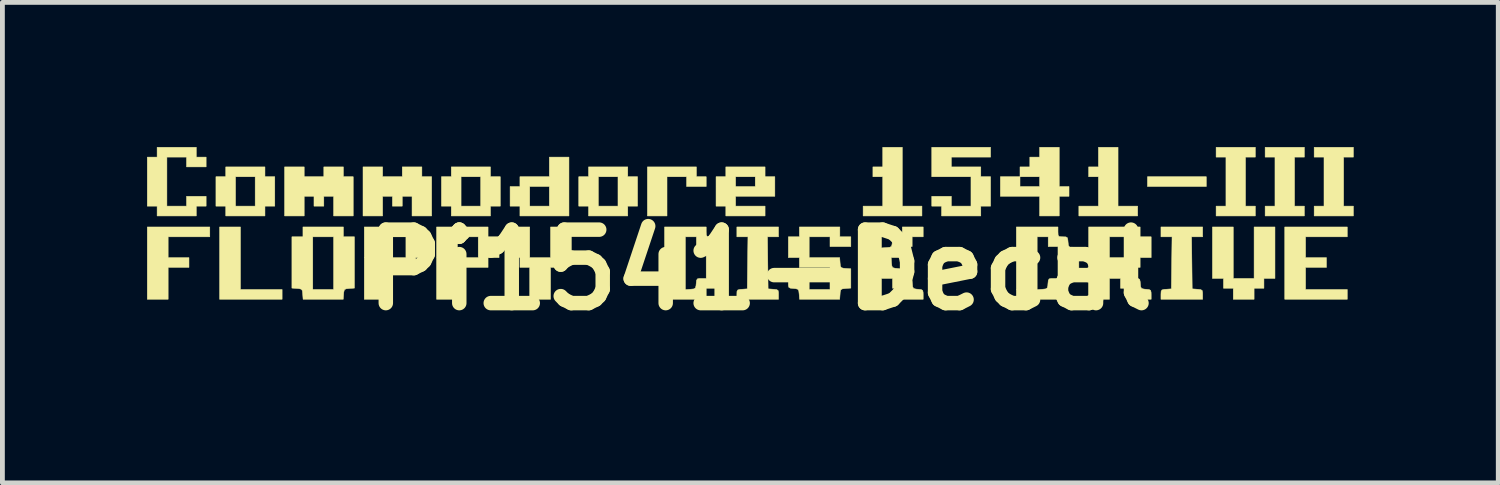
<source format=kicad_pcb>
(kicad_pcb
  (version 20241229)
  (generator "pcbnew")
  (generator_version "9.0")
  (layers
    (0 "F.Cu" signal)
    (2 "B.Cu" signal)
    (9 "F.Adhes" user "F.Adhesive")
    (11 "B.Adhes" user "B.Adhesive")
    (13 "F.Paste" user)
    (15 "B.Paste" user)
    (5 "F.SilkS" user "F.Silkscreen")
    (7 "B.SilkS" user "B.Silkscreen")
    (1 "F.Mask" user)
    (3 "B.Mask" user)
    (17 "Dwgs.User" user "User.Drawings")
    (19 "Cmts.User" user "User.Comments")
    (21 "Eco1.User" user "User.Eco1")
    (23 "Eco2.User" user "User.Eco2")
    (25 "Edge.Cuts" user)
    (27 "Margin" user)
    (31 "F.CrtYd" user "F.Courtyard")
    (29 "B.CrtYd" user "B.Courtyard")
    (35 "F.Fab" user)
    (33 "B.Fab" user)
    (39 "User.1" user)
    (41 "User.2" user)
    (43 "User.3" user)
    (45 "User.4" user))
  (footprint "Pi1541-Decal"
    (layer "F.Cu")
    (at 12.718 2.548)
    (property "Reference" "Pi1541-Decal" (at 0 0 0) (layer "F.SilkS") (effects (font (size 1.524 1.524) (thickness 0.3))))
    (attr through_hole)
    (fp_poly (pts (xy 9.255 -1.729) (xy 8.034 -1.729) (xy 8.034 -1.932) (xy 9.255 -1.932) (xy 9.255 -1.729)) (stroke (width 0.01) (type solid)) (fill yes) (layer "F.SilkS"))
    (fp_poly (pts (xy -10.78 0.407) (xy -9.916 0.407) (xy -9.916 0.61) (xy -11.213 0.61) (xy -11.213 -0.89) (xy -10.78 -0.89) (xy -10.78 0.407)) (stroke (width 0.01) (type solid)) (fill yes) (layer "F.SilkS"))
    (fp_poly (pts (xy -11.416 -0.686) (xy -12.28 -0.686) (xy -12.28 -0.254) (xy -11.848 -0.254) (xy -11.848 -0.051) (xy -12.28 -0.051) (xy -12.28 0.61) (xy -12.713 0.61) (xy -12.713 -0.89) (xy -11.416 -0.89) (xy -11.416 -0.686)) (stroke (width 0.01) (type solid)) (fill yes) (layer "F.SilkS"))
    (fp_poly (pts (xy -1.322 -1.932) (xy -1.119 -1.932) (xy -1.119 -1.729) (xy -1.526 -1.729) (xy -1.526 -1.932) (xy -1.932 -1.932) (xy -1.932 -1.119) (xy -2.339 -1.119) (xy -2.339 -2.136) (xy -1.322 -2.136) (xy -1.322 -1.932)) (stroke (width 0.01) (type solid)) (fill yes) (layer "F.SilkS"))
    (fp_poly (pts (xy 2.949 -1.322) (xy 3.356 -1.322) (xy 3.356 -1.119) (xy 2.136 -1.119) (xy 2.136 -1.322) (xy 2.543 -1.322) (xy 2.543 -1.932) (xy 2.339 -1.932) (xy 2.339 -2.136) (xy 2.543 -2.136) (xy 2.543 -2.543) (xy 2.949 -2.543) (xy 2.949 -1.322)) (stroke (width 0.01) (type solid)) (fill yes) (layer "F.SilkS"))
    (fp_poly (pts (xy 7.424 -1.322) (xy 7.831 -1.322) (xy 7.831 -1.119) (xy 6.611 -1.119) (xy 6.611 -1.322) (xy 7.017 -1.322) (xy 7.017 -1.932) (xy 6.814 -1.932) (xy 6.814 -2.136) (xy 7.017 -2.136) (xy 7.017 -2.543) (xy 7.424 -2.543) (xy 7.424 -1.322)) (stroke (width 0.01) (type solid)) (fill yes) (layer "F.SilkS"))
    (fp_poly (pts (xy 10.272 -2.339) (xy 10.068 -2.339) (xy 10.068 -1.322) (xy 10.272 -1.322) (xy 10.272 -1.119) (xy 9.458 -1.119) (xy 9.458 -1.322) (xy 9.662 -1.322) (xy 9.662 -2.339) (xy 9.458 -2.339) (xy 9.458 -2.543) (xy 10.272 -2.543) (xy 10.272 -2.339)) (stroke (width 0.01) (type solid)) (fill yes) (layer "F.SilkS"))
    (fp_poly (pts (xy 11.289 -2.339) (xy 11.085 -2.339) (xy 11.085 -1.322) (xy 11.289 -1.322) (xy 11.289 -1.119) (xy 10.475 -1.119) (xy 10.475 -1.322) (xy 10.679 -1.322) (xy 10.679 -2.339) (xy 10.475 -2.339) (xy 10.475 -2.543) (xy 11.289 -2.543) (xy 11.289 -2.339)) (stroke (width 0.01) (type solid)) (fill yes) (layer "F.SilkS"))
    (fp_poly (pts (xy 12.179 -0.686) (xy 11.314 -0.686) (xy 11.314 -0.254) (xy 11.747 -0.254) (xy 11.747 -0.051) (xy 11.314 -0.051) (xy 11.314 0.407) (xy 12.179 0.407) (xy 12.179 0.61) (xy 10.882 0.61) (xy 10.882 -0.89) (xy 12.179 -0.89) (xy 12.179 -0.686)) (stroke (width 0.01) (type solid)) (fill yes) (layer "F.SilkS"))
    (fp_poly (pts (xy 12.306 -2.339) (xy 12.103 -2.339) (xy 12.103 -1.322) (xy 12.306 -1.322) (xy 12.306 -1.119) (xy 11.492 -1.119) (xy 11.492 -1.322) (xy 11.696 -1.322) (xy 11.696 -2.339) (xy 11.492 -2.339) (xy 11.492 -2.543) (xy 12.306 -2.543) (xy 12.306 -2.339)) (stroke (width 0.01) (type solid)) (fill yes) (layer "F.SilkS"))
    (fp_poly (pts (xy -4.78 -0.254) (xy -4.348 -0.254) (xy -4.348 -0.89) (xy -3.916 -0.89) (xy -3.916 -0.254) (xy -4.144 -0.254) (xy -4.144 -0.051) (xy -4.348 -0.051) (xy -4.348 0.61) (xy -4.78 0.61) (xy -4.78 -0.051) (xy -4.983 -0.051) (xy -4.983 -0.254) (xy -5.212 -0.254) (xy -5.212 -0.89) (xy -4.78 -0.89) (xy -4.78 -0.254)) (stroke (width 0.01) (type solid)) (fill yes) (layer "F.SilkS"))
    (fp_poly (pts (xy -3.966 -1.119) (xy -4.983 -1.119) (xy -4.983 -1.322) (xy -5.187 -1.322) (xy -5.187 -1.729) (xy -4.983 -1.729) (xy -4.78 -1.729) (xy -4.78 -1.322) (xy -4.373 -1.322) (xy -4.373 -1.729) (xy -4.78 -1.729) (xy -4.983 -1.729) (xy -4.983 -1.932) (xy -4.373 -1.932) (xy -4.373 -2.339) (xy -3.966 -2.339) (xy -3.966 -1.119)) (stroke (width 0.01) (type solid)) (fill yes) (layer "F.SilkS"))
    (fp_poly (pts (xy 9.814 0.178) (xy 10.246 0.178) (xy 10.246 -0.89) (xy 10.679 -0.89) (xy 10.679 0.178) (xy 10.45 0.178) (xy 10.45 0.381) (xy 10.246 0.381) (xy 10.246 0.61) (xy 9.814 0.61) (xy 9.814 0.381) (xy 9.611 0.381) (xy 9.611 0.178) (xy 9.382 0.178) (xy 9.382 -0.89) (xy 9.814 -0.89) (xy 9.814 0.178)) (stroke (width 0.01) (type solid)) (fill yes) (layer "F.SilkS"))
    (fp_poly (pts (xy -7.145 -0.686) (xy -6.916 -0.686) (xy -6.916 -0.254) (xy -7.145 -0.254) (xy -7.145 -0.051) (xy -7.78 -0.051) (xy -7.78 0.61) (xy -8.212 0.61) (xy -8.212 -0.686) (xy -7.78 -0.686) (xy -7.78 -0.254) (xy -7.348 -0.254) (xy -7.348 -0.686) (xy -7.78 -0.686) (xy -8.212 -0.686) (xy -8.212 -0.89) (xy -7.145 -0.89) (xy -7.145 -0.686)) (stroke (width 0.01) (type solid)) (fill yes) (layer "F.SilkS"))
    (fp_poly (pts (xy -5.644 -0.686) (xy -5.416 -0.686) (xy -5.416 -0.254) (xy -5.644 -0.254) (xy -5.644 -0.051) (xy -6.28 -0.051) (xy -6.28 0.61) (xy -6.712 0.61) (xy -6.712 -0.686) (xy -6.28 -0.686) (xy -6.28 -0.254) (xy -5.848 -0.254) (xy -5.848 -0.686) (xy -6.28 -0.686) (xy -6.712 -0.686) (xy -6.712 -0.89) (xy -5.644 -0.89) (xy -5.644 -0.686)) (stroke (width 0.01) (type solid)) (fill yes) (layer "F.SilkS"))
    (fp_poly (pts (xy -10.272 -1.932) (xy -10.068 -1.932) (xy -10.068 -1.322) (xy -10.272 -1.322) (xy -10.272 -1.119) (xy -11.085 -1.119) (xy -11.085 -1.322) (xy -11.289 -1.322) (xy -11.289 -1.932) (xy -11.085 -1.932) (xy -10.882 -1.932) (xy -10.882 -1.322) (xy -10.475 -1.322) (xy -10.475 -1.932) (xy -10.882 -1.932) (xy -11.085 -1.932) (xy -11.085 -2.136) (xy -10.272 -2.136) (xy -10.272 -1.932)) (stroke (width 0.01) (type solid)) (fill yes) (layer "F.SilkS"))
    (fp_poly (pts (xy -9.458 -1.932) (xy -9.051 -1.932) (xy -9.051 -2.136) (xy -8.645 -2.136) (xy -8.645 -1.932) (xy -8.441 -1.932) (xy -8.441 -1.119) (xy -8.848 -1.119) (xy -8.848 -1.526) (xy -9.051 -1.526) (xy -9.051 -1.322) (xy -9.255 -1.322) (xy -9.255 -1.526) (xy -9.458 -1.526) (xy -9.458 -1.119) (xy -9.865 -1.119) (xy -9.865 -2.136) (xy -9.458 -2.136) (xy -9.458 -1.932)) (stroke (width 0.01) (type solid)) (fill yes) (layer "F.SilkS"))
    (fp_poly (pts (xy -7.831 -1.932) (xy -7.424 -1.932) (xy -7.424 -2.136) (xy -7.017 -2.136) (xy -7.017 -1.932) (xy -6.814 -1.932) (xy -6.814 -1.119) (xy -7.221 -1.119) (xy -7.221 -1.526) (xy -7.424 -1.526) (xy -7.424 -1.322) (xy -7.628 -1.322) (xy -7.628 -1.526) (xy -7.831 -1.526) (xy -7.831 -1.119) (xy -8.238 -1.119) (xy -8.238 -2.136) (xy -7.831 -2.136) (xy -7.831 -1.932)) (stroke (width 0.01) (type solid)) (fill yes) (layer "F.SilkS"))
    (fp_poly (pts (xy -5.594 -1.932) (xy -5.39 -1.932) (xy -5.39 -1.322) (xy -5.594 -1.322) (xy -5.594 -1.119) (xy -6.407 -1.119) (xy -6.407 -1.322) (xy -6.611 -1.322) (xy -6.611 -1.932) (xy -6.407 -1.932) (xy -6.204 -1.932) (xy -6.204 -1.322) (xy -5.797 -1.322) (xy -5.797 -1.932) (xy -6.204 -1.932) (xy -6.407 -1.932) (xy -6.407 -2.136) (xy -5.594 -2.136) (xy -5.594 -1.932)) (stroke (width 0.01) (type solid)) (fill yes) (layer "F.SilkS"))
    (fp_poly (pts (xy -2.746 -1.932) (xy -2.543 -1.932) (xy -2.543 -1.322) (xy -2.746 -1.322) (xy -2.746 -1.119) (xy -3.56 -1.119) (xy -3.56 -1.322) (xy -3.763 -1.322) (xy -3.763 -1.932) (xy -3.56 -1.932) (xy -3.356 -1.932) (xy -3.356 -1.322) (xy -2.949 -1.322) (xy -2.949 -1.932) (xy -3.356 -1.932) (xy -3.56 -1.932) (xy -3.56 -2.136) (xy -2.746 -2.136) (xy -2.746 -1.932)) (stroke (width 0.01) (type solid)) (fill yes) (layer "F.SilkS"))
    (fp_poly (pts (xy -11.696 -2.339) (xy -11.492 -2.339) (xy -11.492 -2.136) (xy -11.899 -2.136) (xy -11.899 -2.339) (xy -12.306 -2.339) (xy -12.306 -1.322) (xy -11.899 -1.322) (xy -11.899 -1.526) (xy -11.492 -1.526) (xy -11.492 -1.322) (xy -11.696 -1.322) (xy -11.696 -1.119) (xy -12.509 -1.119) (xy -12.509 -1.322) (xy -12.713 -1.322) (xy -12.713 -2.339) (xy -12.509 -2.339) (xy -12.509 -2.543) (xy -11.696 -2.543) (xy -11.696 -2.339)) (stroke (width 0.01) (type solid)) (fill yes) (layer "F.SilkS"))
    (fp_poly (pts (xy 0.102 -1.932) (xy 0.305 -1.932) (xy 0.305 -1.526) (xy -0.509 -1.526) (xy -0.509 -1.322) (xy 0.102 -1.322) (xy 0.102 -1.119) (xy -0.712 -1.119) (xy -0.712 -1.322) (xy -0.915 -1.322) (xy -0.915 -1.932) (xy -0.712 -1.932) (xy -0.509 -1.932) (xy -0.509 -1.729) (xy -0.102 -1.729) (xy -0.102 -1.932) (xy -0.509 -1.932) (xy -0.712 -1.932) (xy -0.712 -2.136) (xy 0.102 -2.136) (xy 0.102 -1.932)) (stroke (width 0.01) (type solid)) (fill yes) (layer "F.SilkS"))
    (fp_poly (pts (xy 0.381 -0.686) (xy 0.152 -0.686) (xy 0.165 0.394) (xy 0.273 0.402) (xy 0.341 0.409) (xy 0.372 0.427) (xy 0.381 0.47) (xy 0.381 0.51) (xy 0.381 0.61) (xy -0.483 0.61) (xy -0.483 0.51) (xy -0.481 0.447) (xy -0.464 0.417) (xy -0.418 0.405) (xy -0.375 0.402) (xy -0.267 0.394) (xy -0.253 -0.686) (xy -0.483 -0.686) (xy -0.483 -0.89) (xy 0.381 -0.89) (xy 0.381 -0.686)) (stroke (width 0.01) (type solid)) (fill yes) (layer "F.SilkS"))
    (fp_poly (pts (xy 4.78 -2.339) (xy 3.966 -2.339) (xy 3.966 -2.136) (xy 4.577 -2.136) (xy 4.577 -1.932) (xy 4.78 -1.932) (xy 4.78 -1.322) (xy 4.577 -1.322) (xy 4.577 -1.119) (xy 3.763 -1.119) (xy 3.763 -1.322) (xy 3.56 -1.322) (xy 3.56 -1.526) (xy 3.966 -1.526) (xy 3.966 -1.322) (xy 4.373 -1.322) (xy 4.373 -1.932) (xy 3.56 -1.932) (xy 3.56 -2.543) (xy 4.78 -2.543) (xy 4.78 -2.339)) (stroke (width 0.01) (type solid)) (fill yes) (layer "F.SilkS"))
    (fp_poly (pts (xy 6.204 -1.729) (xy 6.407 -1.729) (xy 6.407 -1.526) (xy 6.204 -1.526) (xy 6.204 -1.119) (xy 5.797 -1.119) (xy 5.797 -1.526) (xy 4.983 -1.526) (xy 4.983 -1.932) (xy 5.39 -1.932) (xy 5.39 -1.729) (xy 5.797 -1.729) (xy 5.797 -1.932) (xy 5.39 -1.932) (xy 5.39 -2.136) (xy 5.594 -2.136) (xy 5.594 -2.339) (xy 5.797 -2.339) (xy 5.797 -2.543) (xy 6.204 -2.543) (xy 6.204 -1.729)) (stroke (width 0.01) (type solid)) (fill yes) (layer "F.SilkS"))
    (fp_poly (pts (xy 9.179 -0.686) (xy 8.949 -0.686) (xy 8.962 0.394) (xy 9.071 0.402) (xy 9.138 0.409) (xy 9.169 0.427) (xy 9.178 0.47) (xy 9.179 0.51) (xy 9.179 0.61) (xy 8.314 0.61) (xy 8.314 0.51) (xy 8.317 0.447) (xy 8.334 0.417) (xy 8.379 0.405) (xy 8.422 0.402) (xy 8.53 0.394) (xy 8.544 -0.686) (xy 8.314 -0.686) (xy 8.314 -0.89) (xy 9.179 -0.89) (xy 9.179 -0.686)) (stroke (width 0.01) (type solid)) (fill yes) (layer "F.SilkS"))
    (fp_poly (pts (xy -8.645 -0.686) (xy -8.416 -0.686) (xy -8.416 0.378) (xy -8.524 0.386) (xy -8.592 0.394) (xy -8.624 0.413) (xy -8.636 0.459) (xy -8.64 0.502) (xy -8.648 0.61) (xy -9.481 0.61) (xy -9.489 0.502) (xy -9.496 0.434) (xy -9.515 0.402) (xy -9.561 0.39) (xy -9.604 0.386) (xy -9.713 0.378) (xy -9.713 -0.686) (xy -9.484 -0.686) (xy -9.28 -0.686) (xy -9.28 0.407) (xy -8.848 0.407) (xy -8.848 -0.686) (xy -9.28 -0.686) (xy -9.484 -0.686) (xy -9.484 -0.89) (xy -8.645 -0.89) (xy -8.645 -0.686)) (stroke (width 0.01) (type solid)) (fill yes) (layer "F.SilkS"))
    (fp_poly (pts (xy 7.882 -0.686) (xy 8.111 -0.686) (xy 8.111 -0.254) (xy 7.882 -0.254) (xy 7.882 -0.051) (xy 7.678 -0.051) (xy 7.678 0.178) (xy 7.779 0.178) (xy 7.842 0.18) (xy 7.872 0.197) (xy 7.883 0.243) (xy 7.887 0.286) (xy 7.894 0.354) (xy 7.913 0.386) (xy 7.96 0.398) (xy 8.003 0.402) (xy 8.07 0.409) (xy 8.101 0.427) (xy 8.11 0.47) (xy 8.111 0.51) (xy 8.111 0.61) (xy 7.678 0.61) (xy 7.678 0.381) (xy 7.475 0.381) (xy 7.475 0.178) (xy 7.246 0.178) (xy 7.246 0.61) (xy 6.814 0.61) (xy 6.814 -0.686) (xy 7.246 -0.686) (xy 7.246 -0.254) (xy 7.678 -0.254) (xy 7.678 -0.686) (xy 7.246 -0.686) (xy 6.814 -0.686) (xy 6.814 -0.89) (xy 7.882 -0.89) (xy 7.882 -0.686)) (stroke (width 0.01) (type solid)) (fill yes) (layer "F.SilkS"))
    (fp_poly (pts (xy -1.119 -0.788) (xy -1.116 -0.723) (xy -1.099 -0.694) (xy -1.053 -0.687) (xy -1.018 -0.686) (xy -0.956 -0.684) (xy -0.925 -0.667) (xy -0.914 -0.622) (xy -0.91 -0.578) (xy -0.903 -0.511) (xy -0.884 -0.478) (xy -0.838 -0.466) (xy -0.795 -0.463) (xy -0.686 -0.455) (xy -0.686 0.178) (xy -0.915 0.178) (xy -0.915 0.381) (xy -1.119 0.381) (xy -1.119 0.61) (xy -1.983 0.61) (xy -1.983 -0.686) (xy -1.551 -0.686) (xy -1.551 0.41) (xy -1.443 0.402) (xy -1.375 0.395) (xy -1.343 0.375) (xy -1.331 0.329) (xy -1.327 0.286) (xy -1.32 0.218) (xy -1.302 0.187) (xy -1.259 0.178) (xy -1.219 0.178) (xy -1.119 0.178) (xy -1.119 -0.483) (xy -1.322 -0.483) (xy -1.322 -0.686) (xy -1.551 -0.686) (xy -1.983 -0.686) (xy -1.983 -0.89) (xy -1.119 -0.89) (xy -1.119 -0.788)) (stroke (width 0.01) (type solid)) (fill yes) (layer "F.SilkS"))
    (fp_poly (pts (xy 6.178 -0.788) (xy 6.181 -0.723) (xy 6.198 -0.694) (xy 6.244 -0.687) (xy 6.279 -0.686) (xy 6.342 -0.684) (xy 6.372 -0.667) (xy 6.383 -0.622) (xy 6.387 -0.578) (xy 6.394 -0.511) (xy 6.413 -0.478) (xy 6.459 -0.466) (xy 6.503 -0.463) (xy 6.611 -0.455) (xy 6.611 0.178) (xy 6.382 0.178) (xy 6.382 0.381) (xy 6.178 0.381) (xy 6.178 0.61) (xy 5.314 0.61) (xy 5.314 -0.686) (xy 5.746 -0.686) (xy 5.746 0.41) (xy 5.854 0.402) (xy 5.922 0.395) (xy 5.954 0.375) (xy 5.967 0.329) (xy 5.97 0.286) (xy 5.977 0.218) (xy 5.995 0.187) (xy 6.038 0.178) (xy 6.078 0.178) (xy 6.178 0.178) (xy 6.178 -0.483) (xy 5.975 -0.483) (xy 5.975 -0.686) (xy 5.746 -0.686) (xy 5.314 -0.686) (xy 5.314 -0.89) (xy 6.178 -0.89) (xy 6.178 -0.788)) (stroke (width 0.01) (type solid)) (fill yes) (layer "F.SilkS"))
    (fp_poly (pts (xy 1.653 -0.686) (xy 1.881 -0.686) (xy 1.881 -0.483) (xy 1.449 -0.483) (xy 1.449 -0.686) (xy 1.017 -0.686) (xy 1.017 -0.254) (xy 1.65 -0.254) (xy 1.658 -0.146) (xy 1.665 -0.078) (xy 1.684 -0.046) (xy 1.73 -0.034) (xy 1.773 -0.03) (xy 1.881 -0.023) (xy 1.881 0.378) (xy 1.773 0.386) (xy 1.706 0.394) (xy 1.673 0.413) (xy 1.661 0.459) (xy 1.658 0.502) (xy 1.65 0.61) (xy 0.817 0.61) (xy 0.809 0.502) (xy 0.801 0.434) (xy 0.782 0.402) (xy 0.736 0.39) (xy 0.693 0.386) (xy 0.625 0.379) (xy 0.594 0.361) (xy 0.585 0.318) (xy 0.585 0.278) (xy 0.585 0.178) (xy 1.017 0.178) (xy 1.017 0.407) (xy 1.449 0.407) (xy 1.449 -0.051) (xy 0.814 -0.051) (xy 0.814 -0.254) (xy 0.585 -0.254) (xy 0.585 -0.686) (xy 0.814 -0.686) (xy 0.814 -0.89) (xy 1.653 -0.89) (xy 1.653 -0.686)) (stroke (width 0.01) (type solid)) (fill yes) (layer "F.SilkS"))
    (fp_poly (pts (xy 2.517 -0.455) (xy 2.625 -0.463) (xy 2.693 -0.47) (xy 2.725 -0.489) (xy 2.737 -0.535) (xy 2.741 -0.578) (xy 2.748 -0.646) (xy 2.766 -0.677) (xy 2.809 -0.686) (xy 2.849 -0.686) (xy 2.913 -0.689) (xy 2.942 -0.706) (xy 2.949 -0.753) (xy 2.949 -0.788) (xy 2.949 -0.89) (xy 3.382 -0.89) (xy 3.382 -0.686) (xy 3.153 -0.686) (xy 3.153 -0.483) (xy 2.949 -0.483) (xy 2.949 -0.254) (xy 2.718 -0.254) (xy 2.725 -0.146) (xy 2.733 -0.078) (xy 2.752 -0.046) (xy 2.798 -0.034) (xy 2.841 -0.03) (xy 2.909 -0.023) (xy 2.94 -0.005) (xy 2.949 0.038) (xy 2.949 0.078) (xy 2.952 0.142) (xy 2.97 0.171) (xy 3.017 0.178) (xy 3.05 0.178) (xy 3.113 0.18) (xy 3.143 0.197) (xy 3.154 0.243) (xy 3.158 0.286) (xy 3.165 0.354) (xy 3.184 0.386) (xy 3.23 0.398) (xy 3.274 0.402) (xy 3.341 0.409) (xy 3.372 0.427) (xy 3.381 0.47) (xy 3.382 0.51) (xy 3.382 0.61) (xy 2.949 0.61) (xy 2.949 0.381) (xy 2.746 0.381) (xy 2.746 0.178) (xy 2.517 0.178) (xy 2.517 0.61) (xy 2.085 0.61) (xy 2.085 -0.89) (xy 2.517 -0.89) (xy 2.517 -0.455)) (stroke (width 0.01) (type solid)) (fill yes) (layer "F.SilkS")))
  (gr_rect
    (start -3 -3)
    (end 28.029 6.966)
    (stroke (width 0.1) (type default))
    (fill no)
    (layer "Edge.Cuts")))
</source>
